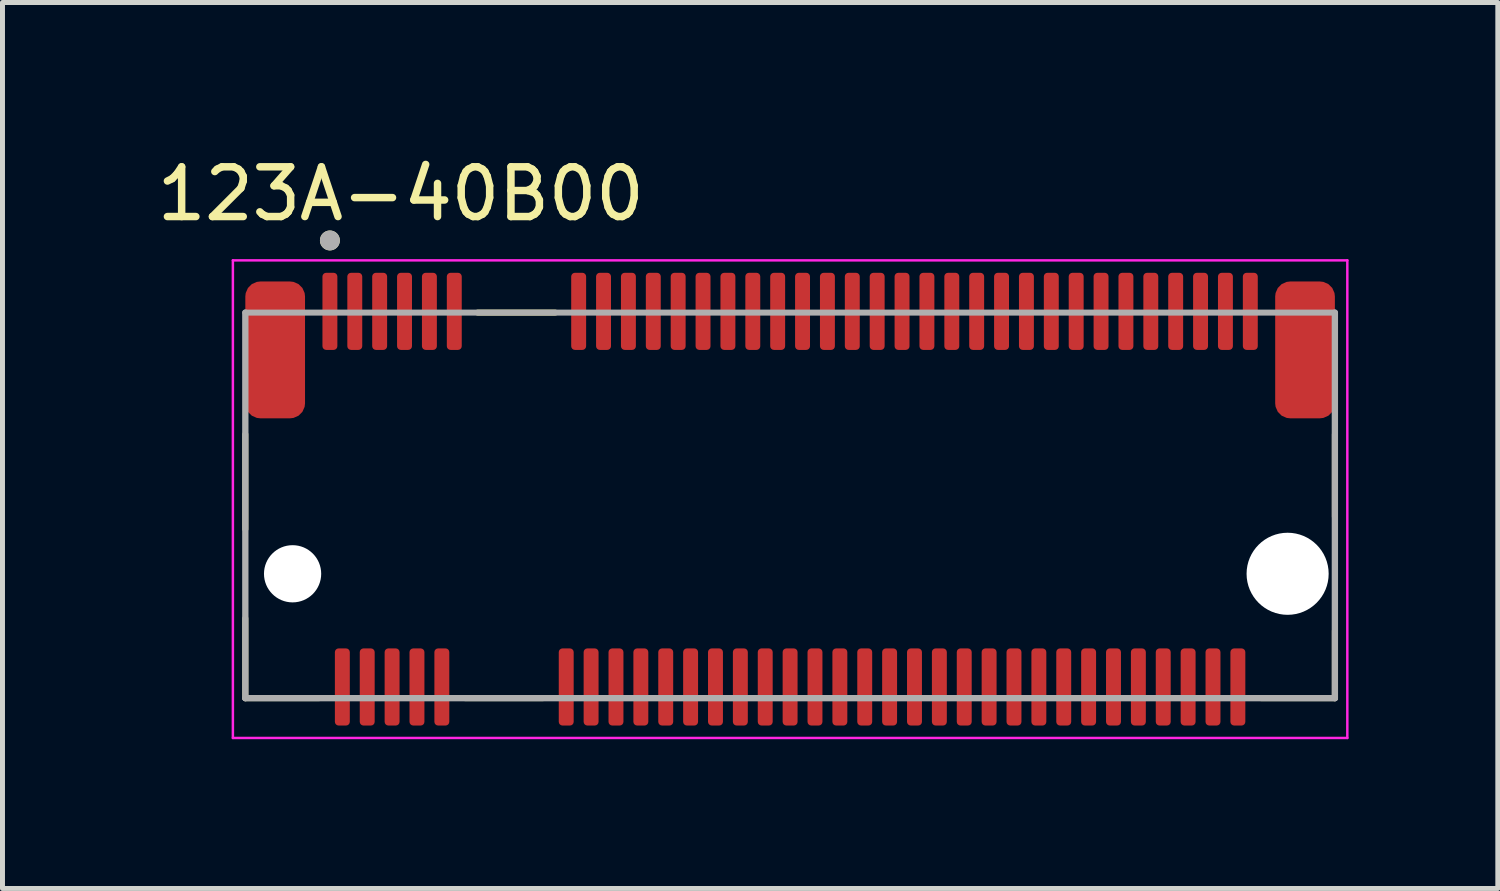
<source format=kicad_pcb>
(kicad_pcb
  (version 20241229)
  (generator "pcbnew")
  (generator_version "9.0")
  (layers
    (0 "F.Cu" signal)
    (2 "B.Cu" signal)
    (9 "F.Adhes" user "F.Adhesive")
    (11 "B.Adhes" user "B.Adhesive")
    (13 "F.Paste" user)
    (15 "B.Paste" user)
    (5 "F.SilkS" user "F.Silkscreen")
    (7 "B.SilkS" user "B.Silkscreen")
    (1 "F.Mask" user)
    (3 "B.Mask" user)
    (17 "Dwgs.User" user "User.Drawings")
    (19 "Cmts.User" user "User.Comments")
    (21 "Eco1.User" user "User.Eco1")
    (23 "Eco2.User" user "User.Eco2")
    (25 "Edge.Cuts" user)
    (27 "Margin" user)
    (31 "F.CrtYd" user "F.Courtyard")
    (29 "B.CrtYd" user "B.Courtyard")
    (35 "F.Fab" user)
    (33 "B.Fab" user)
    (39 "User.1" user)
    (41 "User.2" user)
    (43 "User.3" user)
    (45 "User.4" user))
  (footprint "123A-40B00"
    (layer "F.Cu")
    (at 12.831 8.483)
    (property "Reference" "123A-40B00" (at -7.825 -7.635 0) (layer "F.SilkS") (effects (font (size 1 1) (thickness 0.15))))
    (attr smd)
    (fp_line (start -10.95 -2.805) (end -10.95 -0.895) (stroke (width 0.12) (type solid)) (layer "F.SilkS"))
    (fp_line (start -10.95 0.895) (end -10.95 2.5) (stroke (width 0.12) (type solid)) (layer "F.SilkS"))
    (fp_line (start -10.95 2.5) (end -9.47 2.5) (stroke (width 0.12) (type solid)) (layer "F.SilkS"))
    (fp_line (start -4.97 2.5) (end -6.53 2.5) (stroke (width 0.12) (type solid)) (layer "F.SilkS"))
    (fp_line (start -4.72 -5.25) (end -6.28 -5.25) (stroke (width 0.12) (type solid)) (layer "F.SilkS"))
    (fp_line (start 10.95 -2.805) (end 10.95 -1.145) (stroke (width 0.12) (type solid)) (layer "F.SilkS"))
    (fp_line (start 10.95 1.145) (end 10.95 2.5) (stroke (width 0.12) (type solid)) (layer "F.SilkS"))
    (fp_line (start 10.95 2.5) (end 9.47 2.5) (stroke (width 0.12) (type solid)) (layer "F.SilkS"))
    (fp_circle (center -9.25 -6.7) (end -9.15 -6.7) (stroke (width 0.2) (type solid)) (fill no) (layer "F.SilkS"))
    (fp_line (start -11.2 -6.3) (end 11.2 -6.3) (stroke (width 0.05) (type solid)) (layer "F.CrtYd"))
    (fp_line (start -11.2 3.3) (end -11.2 -6.3) (stroke (width 0.05) (type solid)) (layer "F.CrtYd"))
    (fp_line (start 11.2 -6.3) (end 11.2 3.3) (stroke (width 0.05) (type solid)) (layer "F.CrtYd"))
    (fp_line (start 11.2 3.3) (end -11.2 3.3) (stroke (width 0.05) (type solid)) (layer "F.CrtYd"))
    (fp_line (start -10.95 -5.25) (end 10.95 -5.25) (stroke (width 0.12) (type solid)) (layer "F.Fab"))
    (fp_line (start -10.95 2.5) (end -10.95 -5.25) (stroke (width 0.127) (type solid)) (layer "F.Fab"))
    (fp_line (start 10.95 -5.25) (end 10.95 2.5) (stroke (width 0.127) (type solid)) (layer "F.Fab"))
    (fp_line (start 10.95 2.5) (end -10.95 2.5) (stroke (width 0.127) (type solid)) (layer "F.Fab"))
    (fp_circle (center -9.25 -6.7) (end -9.15 -6.7) (stroke (width 0.2) (type solid)) (fill no) (layer "F.Fab"))
    (pad "" np_thru_hole circle (at -10 0) (size 1.15 1.15) (drill 1.15) (layers "*.Cu" "*.Mask"))
    (pad "" np_thru_hole circle (at 10 0) (size 1.65 1.65) (drill 1.65) (layers "*.Cu" "*.Mask"))
    (pad "1" smd roundrect (at -9.25 -5.275) (size 0.3 1.55) (layers "F.Cu" "F.Mask" "F.Paste") (roundrect_rratio 0.25))
    (pad "2" smd roundrect (at -9 2.275) (size 0.3 1.55) (layers "F.Cu" "F.Mask" "F.Paste") (roundrect_rratio 0.25))
    (pad "3" smd roundrect (at -8.75 -5.275) (size 0.3 1.55) (layers "F.Cu" "F.Mask" "F.Paste") (roundrect_rratio 0.25))
    (pad "4" smd roundrect (at -8.5 2.275) (size 0.3 1.55) (layers "F.Cu" "F.Mask" "F.Paste") (roundrect_rratio 0.25))
    (pad "5" smd roundrect (at -8.25 -5.275) (size 0.3 1.55) (layers "F.Cu" "F.Mask" "F.Paste") (roundrect_rratio 0.25))
    (pad "6" smd roundrect (at -8 2.275) (size 0.3 1.55) (layers "F.Cu" "F.Mask" "F.Paste") (roundrect_rratio 0.25))
    (pad "7" smd roundrect (at -7.75 -5.275) (size 0.3 1.55) (layers "F.Cu" "F.Mask" "F.Paste") (roundrect_rratio 0.25))
    (pad "8" smd roundrect (at -7.5 2.275) (size 0.3 1.55) (layers "F.Cu" "F.Mask" "F.Paste") (roundrect_rratio 0.25))
    (pad "9" smd roundrect (at -7.25 -5.275) (size 0.3 1.55) (layers "F.Cu" "F.Mask" "F.Paste") (roundrect_rratio 0.25))
    (pad "10" smd roundrect (at -7 2.275) (size 0.3 1.55) (layers "F.Cu" "F.Mask" "F.Paste") (roundrect_rratio 0.25))
    (pad "11" smd roundrect (at -6.75 -5.275) (size 0.3 1.55) (layers "F.Cu" "F.Mask" "F.Paste") (roundrect_rratio 0.25))
    (pad "20" smd roundrect (at -4.5 2.275) (size 0.3 1.55) (layers "F.Cu" "F.Mask" "F.Paste") (roundrect_rratio 0.25))
    (pad "21" smd roundrect (at -4.25 -5.275) (size 0.3 1.55) (layers "F.Cu" "F.Mask" "F.Paste") (roundrect_rratio 0.25))
    (pad "22" smd roundrect (at -4 2.275) (size 0.3 1.55) (layers "F.Cu" "F.Mask" "F.Paste") (roundrect_rratio 0.25))
    (pad "23" smd roundrect (at -3.75 -5.275) (size 0.3 1.55) (layers "F.Cu" "F.Mask" "F.Paste") (roundrect_rratio 0.25))
    (pad "24" smd roundrect (at -3.5 2.275) (size 0.3 1.55) (layers "F.Cu" "F.Mask" "F.Paste") (roundrect_rratio 0.25))
    (pad "25" smd roundrect (at -3.25 -5.275) (size 0.3 1.55) (layers "F.Cu" "F.Mask" "F.Paste") (roundrect_rratio 0.25))
    (pad "26" smd roundrect (at -3 2.275) (size 0.3 1.55) (layers "F.Cu" "F.Mask" "F.Paste") (roundrect_rratio 0.25))
    (pad "27" smd roundrect (at -2.75 -5.275) (size 0.3 1.55) (layers "F.Cu" "F.Mask" "F.Paste") (roundrect_rratio 0.25))
    (pad "28" smd roundrect (at -2.5 2.275) (size 0.3 1.55) (layers "F.Cu" "F.Mask" "F.Paste") (roundrect_rratio 0.25))
    (pad "29" smd roundrect (at -2.25 -5.275) (size 0.3 1.55) (layers "F.Cu" "F.Mask" "F.Paste") (roundrect_rratio 0.25))
    (pad "30" smd roundrect (at -2 2.275) (size 0.3 1.55) (layers "F.Cu" "F.Mask" "F.Paste") (roundrect_rratio 0.25))
    (pad "31" smd roundrect (at -1.75 -5.275) (size 0.3 1.55) (layers "F.Cu" "F.Mask" "F.Paste") (roundrect_rratio 0.25))
    (pad "32" smd roundrect (at -1.5 2.275) (size 0.3 1.55) (layers "F.Cu" "F.Mask" "F.Paste") (roundrect_rratio 0.25))
    (pad "33" smd roundrect (at -1.25 -5.275) (size 0.3 1.55) (layers "F.Cu" "F.Mask" "F.Paste") (roundrect_rratio 0.25))
    (pad "34" smd roundrect (at -1 2.275) (size 0.3 1.55) (layers "F.Cu" "F.Mask" "F.Paste") (roundrect_rratio 0.25))
    (pad "35" smd roundrect (at -0.75 -5.275) (size 0.3 1.55) (layers "F.Cu" "F.Mask" "F.Paste") (roundrect_rratio 0.25))
    (pad "36" smd roundrect (at -0.5 2.275) (size 0.3 1.55) (layers "F.Cu" "F.Mask" "F.Paste") (roundrect_rratio 0.25))
    (pad "37" smd roundrect (at -0.25 -5.275) (size 0.3 1.55) (layers "F.Cu" "F.Mask" "F.Paste") (roundrect_rratio 0.25))
    (pad "38" smd roundrect (at 0 2.275) (size 0.3 1.55) (layers "F.Cu" "F.Mask" "F.Paste") (roundrect_rratio 0.25))
    (pad "39" smd roundrect (at 0.25 -5.275) (size 0.3 1.55) (layers "F.Cu" "F.Mask" "F.Paste") (roundrect_rratio 0.25))
    (pad "40" smd roundrect (at 0.5 2.275) (size 0.3 1.55) (layers "F.Cu" "F.Mask" "F.Paste") (roundrect_rratio 0.25))
    (pad "41" smd roundrect (at 0.75 -5.275) (size 0.3 1.55) (layers "F.Cu" "F.Mask" "F.Paste") (roundrect_rratio 0.25))
    (pad "42" smd roundrect (at 1 2.275) (size 0.3 1.55) (layers "F.Cu" "F.Mask" "F.Paste") (roundrect_rratio 0.25))
    (pad "43" smd roundrect (at 1.25 -5.275) (size 0.3 1.55) (layers "F.Cu" "F.Mask" "F.Paste") (roundrect_rratio 0.25))
    (pad "44" smd roundrect (at 1.5 2.275) (size 0.3 1.55) (layers "F.Cu" "F.Mask" "F.Paste") (roundrect_rratio 0.25))
    (pad "45" smd roundrect (at 1.75 -5.275) (size 0.3 1.55) (layers "F.Cu" "F.Mask" "F.Paste") (roundrect_rratio 0.25))
    (pad "46" smd roundrect (at 2 2.275) (size 0.3 1.55) (layers "F.Cu" "F.Mask" "F.Paste") (roundrect_rratio 0.25))
    (pad "47" smd roundrect (at 2.25 -5.275) (size 0.3 1.55) (layers "F.Cu" "F.Mask" "F.Paste") (roundrect_rratio 0.25))
    (pad "48" smd roundrect (at 2.5 2.275) (size 0.3 1.55) (layers "F.Cu" "F.Mask" "F.Paste") (roundrect_rratio 0.25))
    (pad "49" smd roundrect (at 2.75 -5.275) (size 0.3 1.55) (layers "F.Cu" "F.Mask" "F.Paste") (roundrect_rratio 0.25))
    (pad "50" smd roundrect (at 3 2.275) (size 0.3 1.55) (layers "F.Cu" "F.Mask" "F.Paste") (roundrect_rratio 0.25))
    (pad "51" smd roundrect (at 3.25 -5.275) (size 0.3 1.55) (layers "F.Cu" "F.Mask" "F.Paste") (roundrect_rratio 0.25))
    (pad "52" smd roundrect (at 3.5 2.275) (size 0.3 1.55) (layers "F.Cu" "F.Mask" "F.Paste") (roundrect_rratio 0.25))
    (pad "53" smd roundrect (at 3.75 -5.275) (size 0.3 1.55) (layers "F.Cu" "F.Mask" "F.Paste") (roundrect_rratio 0.25))
    (pad "54" smd roundrect (at 4 2.275) (size 0.3 1.55) (layers "F.Cu" "F.Mask" "F.Paste") (roundrect_rratio 0.25))
    (pad "55" smd roundrect (at 4.25 -5.275) (size 0.3 1.55) (layers "F.Cu" "F.Mask" "F.Paste") (roundrect_rratio 0.25))
    (pad "56" smd roundrect (at 4.5 2.275) (size 0.3 1.55) (layers "F.Cu" "F.Mask" "F.Paste") (roundrect_rratio 0.25))
    (pad "57" smd roundrect (at 4.75 -5.275) (size 0.3 1.55) (layers "F.Cu" "F.Mask" "F.Paste") (roundrect_rratio 0.25))
    (pad "58" smd roundrect (at 5 2.275) (size 0.3 1.55) (layers "F.Cu" "F.Mask" "F.Paste") (roundrect_rratio 0.25))
    (pad "59" smd roundrect (at 5.25 -5.275) (size 0.3 1.55) (layers "F.Cu" "F.Mask" "F.Paste") (roundrect_rratio 0.25))
    (pad "60" smd roundrect (at 5.5 2.275) (size 0.3 1.55) (layers "F.Cu" "F.Mask" "F.Paste") (roundrect_rratio 0.25))
    (pad "61" smd roundrect (at 5.75 -5.275) (size 0.3 1.55) (layers "F.Cu" "F.Mask" "F.Paste") (roundrect_rratio 0.25))
    (pad "62" smd roundrect (at 6 2.275) (size 0.3 1.55) (layers "F.Cu" "F.Mask" "F.Paste") (roundrect_rratio 0.25))
    (pad "63" smd roundrect (at 6.25 -5.275) (size 0.3 1.55) (layers "F.Cu" "F.Mask" "F.Paste") (roundrect_rratio 0.25))
    (pad "64" smd roundrect (at 6.5 2.275) (size 0.3 1.55) (layers "F.Cu" "F.Mask" "F.Paste") (roundrect_rratio 0.25))
    (pad "65" smd roundrect (at 6.75 -5.275) (size 0.3 1.55) (layers "F.Cu" "F.Mask" "F.Paste") (roundrect_rratio 0.25))
    (pad "66" smd roundrect (at 7 2.275) (size 0.3 1.55) (layers "F.Cu" "F.Mask" "F.Paste") (roundrect_rratio 0.25))
    (pad "67" smd roundrect (at 7.25 -5.275) (size 0.3 1.55) (layers "F.Cu" "F.Mask" "F.Paste") (roundrect_rratio 0.25))
    (pad "68" smd roundrect (at 7.5 2.275) (size 0.3 1.55) (layers "F.Cu" "F.Mask" "F.Paste") (roundrect_rratio 0.25))
    (pad "69" smd roundrect (at 7.75 -5.275) (size 0.3 1.55) (layers "F.Cu" "F.Mask" "F.Paste") (roundrect_rratio 0.25))
    (pad "70" smd roundrect (at 8 2.275) (size 0.3 1.55) (layers "F.Cu" "F.Mask" "F.Paste") (roundrect_rratio 0.25))
    (pad "71" smd roundrect (at 8.25 -5.275) (size 0.3 1.55) (layers "F.Cu" "F.Mask" "F.Paste") (roundrect_rratio 0.25))
    (pad "72" smd roundrect (at 8.5 2.275) (size 0.3 1.55) (layers "F.Cu" "F.Mask" "F.Paste") (roundrect_rratio 0.25))
    (pad "73" smd roundrect (at 8.75 -5.275) (size 0.3 1.55) (layers "F.Cu" "F.Mask" "F.Paste") (roundrect_rratio 0.25))
    (pad "74" smd roundrect (at 9 2.275) (size 0.3 1.55) (layers "F.Cu" "F.Mask" "F.Paste") (roundrect_rratio 0.25))
    (pad "75" smd roundrect (at 9.25 -5.275) (size 0.3 1.55) (layers "F.Cu" "F.Mask" "F.Paste") (roundrect_rratio 0.25))
    (pad "S1" smd roundrect (at -10.35 -4.5) (size 1.2 2.75) (layers "F.Cu" "F.Mask" "F.Paste") (roundrect_rratio 0.25))
    (pad "S2" smd roundrect (at 10.35 -4.5) (size 1.2 2.75) (layers "F.Cu" "F.Mask" "F.Paste") (roundrect_rratio 0.25)))
  (gr_rect
    (start -3 -3)
    (end 27.056 14.808)
    (stroke (width 0.1) (type default))
    (fill no)
    (layer "Edge.Cuts")))
</source>
